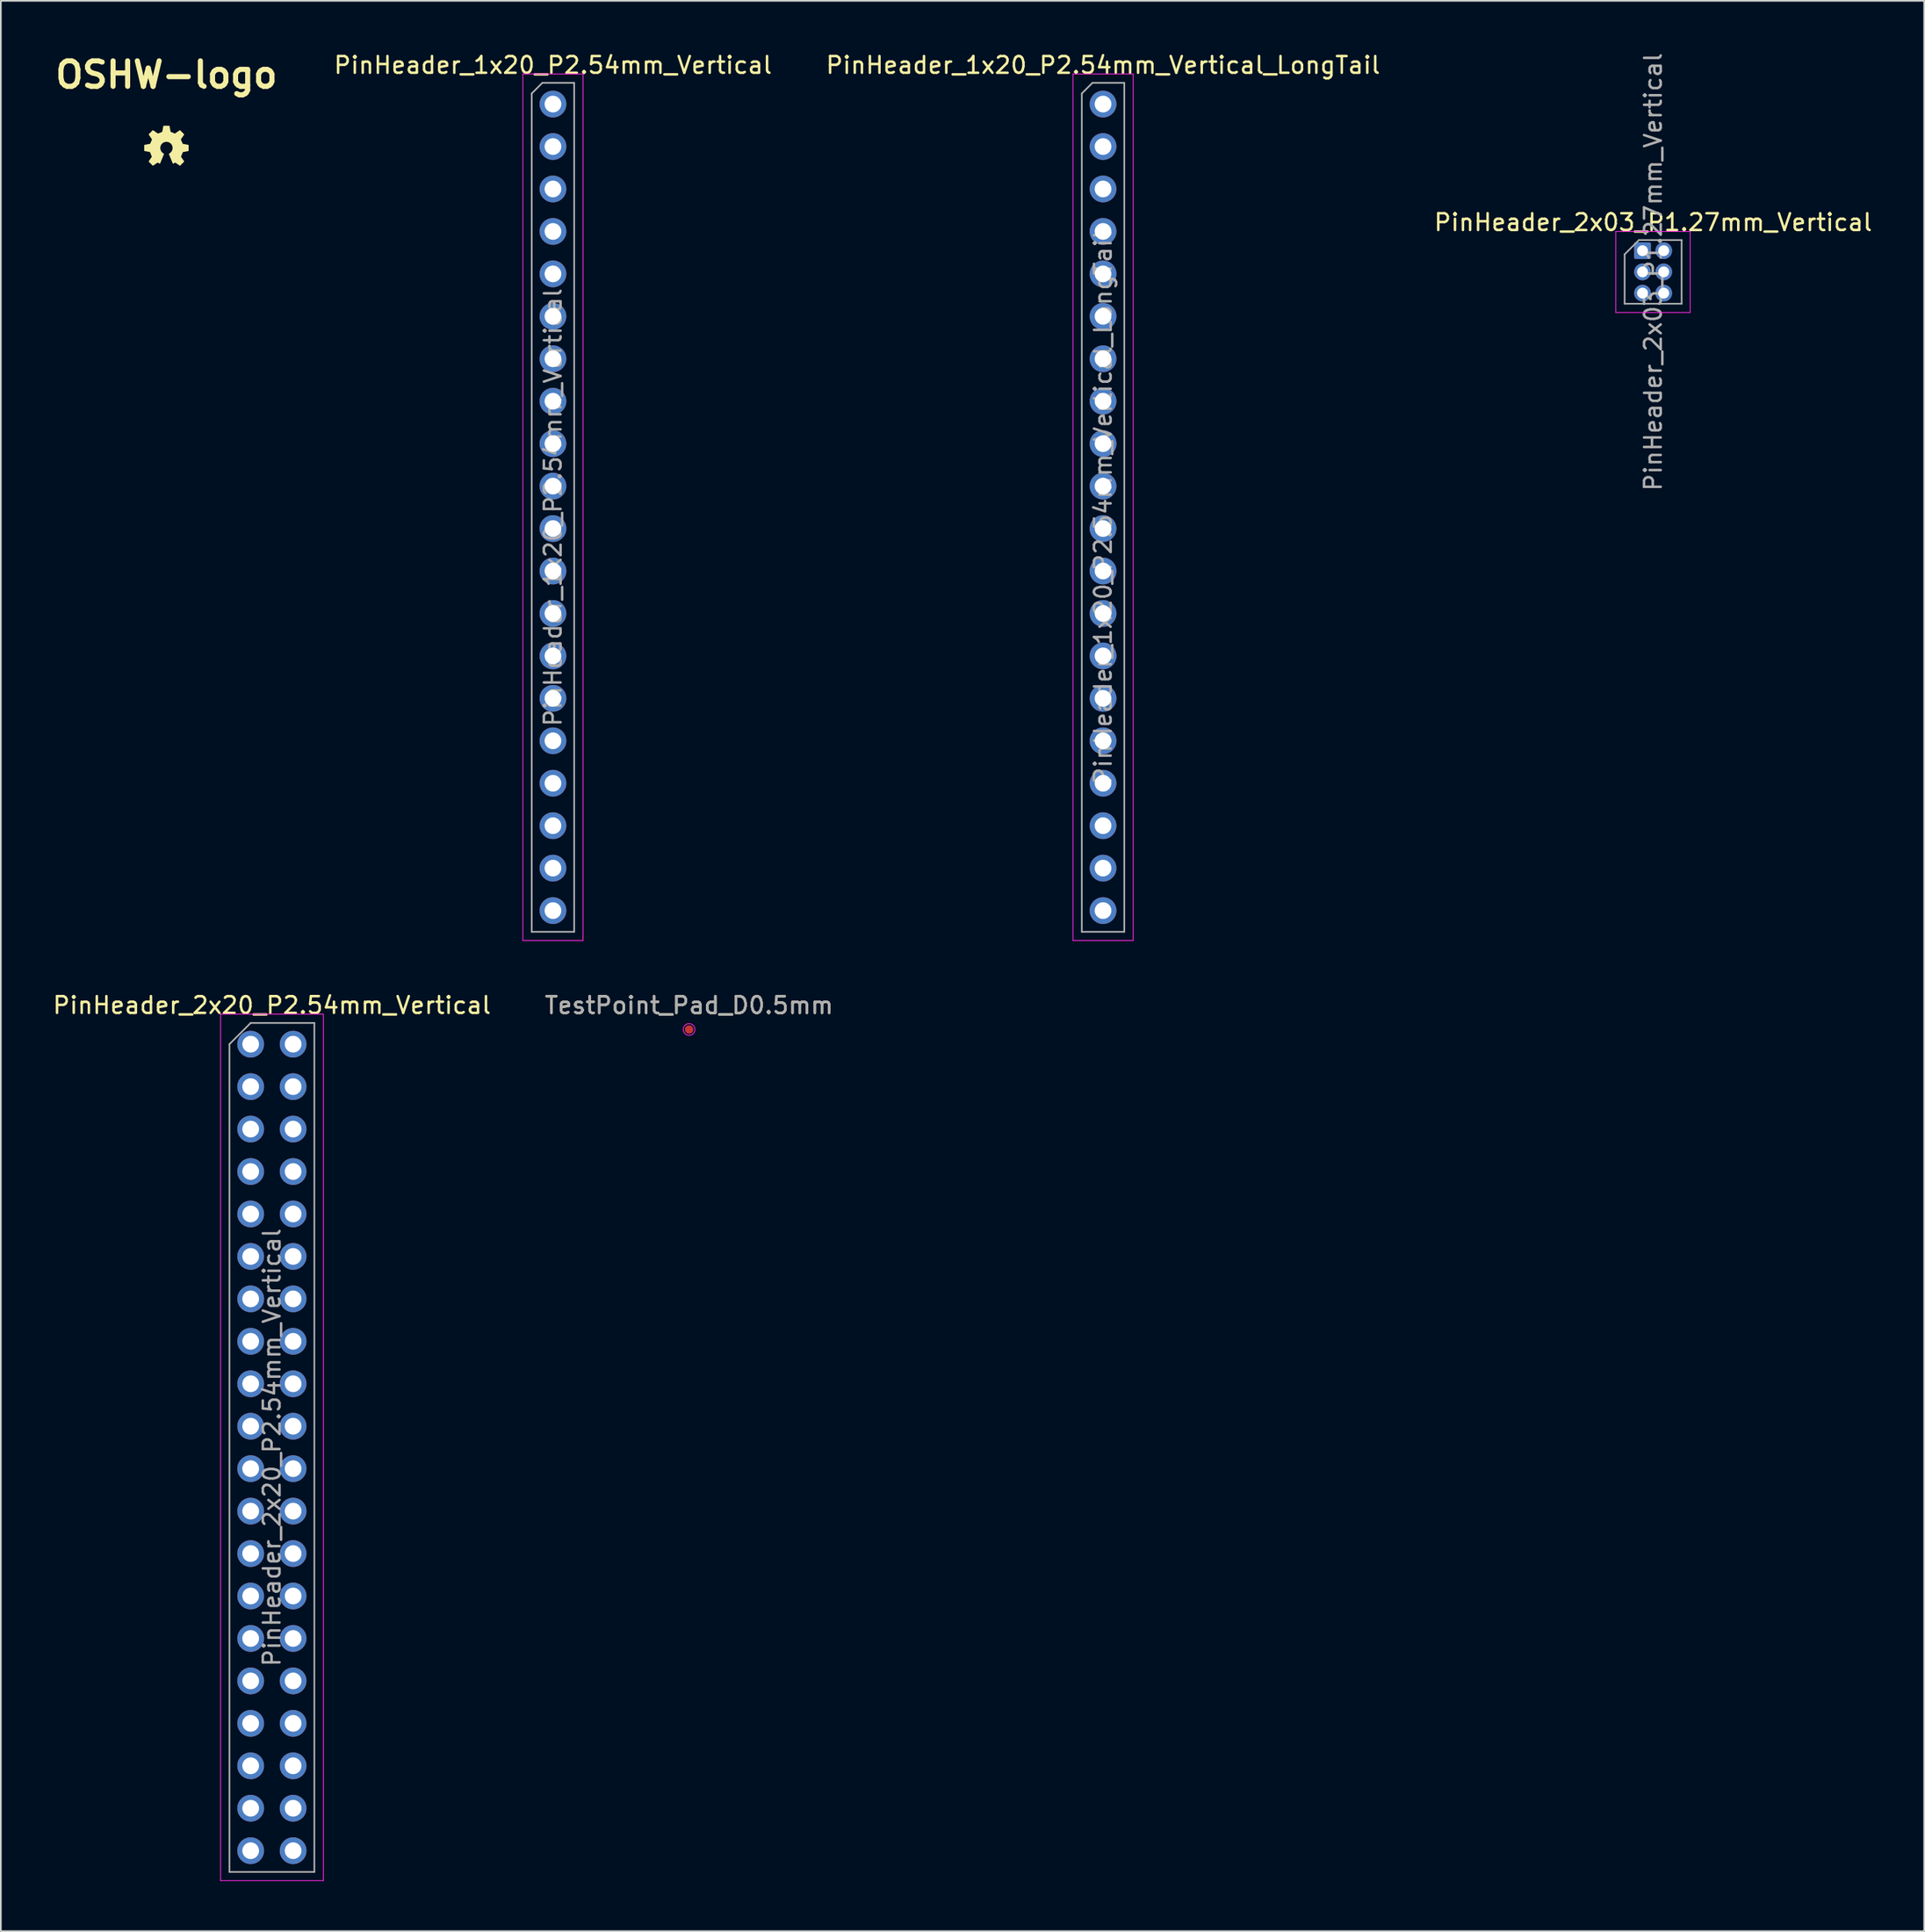
<source format=kicad_pcb>
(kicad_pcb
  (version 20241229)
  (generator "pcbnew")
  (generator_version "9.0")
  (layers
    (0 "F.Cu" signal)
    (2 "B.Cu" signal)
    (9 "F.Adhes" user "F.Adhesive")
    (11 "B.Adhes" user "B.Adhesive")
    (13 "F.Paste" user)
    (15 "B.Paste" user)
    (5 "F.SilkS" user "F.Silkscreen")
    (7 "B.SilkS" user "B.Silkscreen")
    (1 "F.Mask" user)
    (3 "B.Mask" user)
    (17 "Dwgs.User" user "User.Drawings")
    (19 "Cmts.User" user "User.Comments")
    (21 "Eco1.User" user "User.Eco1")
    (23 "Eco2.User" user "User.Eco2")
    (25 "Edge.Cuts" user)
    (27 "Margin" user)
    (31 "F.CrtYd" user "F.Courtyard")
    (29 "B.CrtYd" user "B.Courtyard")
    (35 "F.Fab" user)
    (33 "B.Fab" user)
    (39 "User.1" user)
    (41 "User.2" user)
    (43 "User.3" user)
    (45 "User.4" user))
  (footprint "PinHeader_2x03_P1.27mm_Vertical"
    (layer "F.Cu")
    (at 95.236 11.95)
    (property "Reference" "PinHeader_2x03_P1.27mm_Vertical" (at 0.635 -1.695 0) (layer "F.SilkS") (effects (font (size 1 1) (thickness 0.15))))
    (attr through_hole)
    (fp_line (start -1.6 -1.15) (end -1.6 3.7) (stroke (width 0.05) (type solid)) (layer "F.CrtYd"))
    (fp_line (start -1.6 3.7) (end 2.85 3.7) (stroke (width 0.05) (type solid)) (layer "F.CrtYd"))
    (fp_line (start 2.85 -1.15) (end -1.6 -1.15) (stroke (width 0.05) (type solid)) (layer "F.CrtYd"))
    (fp_line (start 2.85 3.7) (end 2.85 -1.15) (stroke (width 0.05) (type solid)) (layer "F.CrtYd"))
    (fp_line (start -1.07 0.217) (end -0.217 -0.635) (stroke (width 0.1) (type solid)) (layer "F.Fab"))
    (fp_line (start -1.07 3.175) (end -1.07 0.217) (stroke (width 0.1) (type solid)) (layer "F.Fab"))
    (fp_line (start -0.217 -0.635) (end 2.34 -0.635) (stroke (width 0.1) (type solid)) (layer "F.Fab"))
    (fp_line (start 2.34 -0.635) (end 2.34 3.175) (stroke (width 0.1) (type solid)) (layer "F.Fab"))
    (fp_line (start 2.34 3.175) (end -1.07 3.175) (stroke (width 0.1) (type solid)) (layer "F.Fab"))
    (fp_text user "${REFERENCE}" (at 0.635 1.27 90) (layer "F.Fab") (effects (font (size 1 1) (thickness 0.15))))
    (pad "1" thru_hole roundrect (at 0 0) (size 1 1) (drill 0.65) (layers "*.Cu" "*.Mask") (roundrect_rratio 0.1))
    (pad "2" thru_hole oval (at 1.27 0) (size 1 1) (drill 0.65) (layers "*.Cu" "*.Mask"))
    (pad "3" thru_hole oval (at 0 1.27) (size 1 1) (drill 0.65) (layers "*.Cu" "*.Mask"))
    (pad "4" thru_hole oval (at 1.27 1.27) (size 1 1) (drill 0.65) (layers "*.Cu" "*.Mask"))
    (pad "5" thru_hole oval (at 0 2.54) (size 1 1) (drill 0.65) (layers "*.Cu" "*.Mask"))
    (pad "6" thru_hole oval (at 1.27 2.54) (size 1 1) (drill 0.65) (layers "*.Cu" "*.Mask")))
  (footprint "PinHeader_1x20_P2.54mm_Vertical_LongTail"
    (layer "F.Cu")
    (at 62.955 3.178)
    (property "Reference" "PinHeader_1x20_P2.54mm_Vertical_LongTail" (at 0 -2.33 0) (layer "F.SilkS") (effects (font (size 1 1) (thickness 0.15))))
    (attr through_hole)
    (fp_line (start -1.8 -1.8) (end -1.8 50.05) (stroke (width 0.05) (type solid)) (layer "F.CrtYd"))
    (fp_line (start -1.8 50.05) (end 1.8 50.05) (stroke (width 0.05) (type solid)) (layer "F.CrtYd"))
    (fp_line (start 1.8 -1.8) (end -1.8 -1.8) (stroke (width 0.05) (type solid)) (layer "F.CrtYd"))
    (fp_line (start 1.8 50.05) (end 1.8 -1.8) (stroke (width 0.05) (type solid)) (layer "F.CrtYd"))
    (fp_line (start -1.27 -0.635) (end -0.635 -1.27) (stroke (width 0.1) (type solid)) (layer "F.Fab"))
    (fp_line (start -1.27 49.53) (end -1.27 -0.635) (stroke (width 0.1) (type solid)) (layer "F.Fab"))
    (fp_line (start -0.635 -1.27) (end 1.27 -1.27) (stroke (width 0.1) (type solid)) (layer "F.Fab"))
    (fp_line (start 1.27 -1.27) (end 1.27 49.53) (stroke (width 0.1) (type solid)) (layer "F.Fab"))
    (fp_line (start 1.27 49.53) (end -1.27 49.53) (stroke (width 0.1) (type solid)) (layer "F.Fab"))
    (fp_text user "${REFERENCE}" (at 0 24.13 90) (layer "F.Fab") (effects (font (size 1 1) (thickness 0.15))))
    (pad "1" thru_hole circle (at 0 0) (size 1.6 1.6) (drill 1) (layers "*.Cu" "*.Mask"))
    (pad "2" thru_hole circle (at 0 2.54) (size 1.6 1.6) (drill 1) (layers "*.Cu" "*.Mask"))
    (pad "3" thru_hole circle (at 0 5.08) (size 1.6 1.6) (drill 1) (layers "*.Cu" "*.Mask"))
    (pad "4" thru_hole circle (at 0 7.62) (size 1.6 1.6) (drill 1) (layers "*.Cu" "*.Mask"))
    (pad "5" thru_hole circle (at 0 10.16) (size 1.6 1.6) (drill 1) (layers "*.Cu" "*.Mask"))
    (pad "6" thru_hole circle (at 0 12.7) (size 1.6 1.6) (drill 1) (layers "*.Cu" "*.Mask"))
    (pad "7" thru_hole circle (at 0 15.24) (size 1.6 1.6) (drill 1) (layers "*.Cu" "*.Mask"))
    (pad "8" thru_hole circle (at 0 17.78) (size 1.6 1.6) (drill 1) (layers "*.Cu" "*.Mask"))
    (pad "9" thru_hole circle (at 0 20.32) (size 1.6 1.6) (drill 1) (layers "*.Cu" "*.Mask"))
    (pad "10" thru_hole circle (at 0 22.86) (size 1.6 1.6) (drill 1) (layers "*.Cu" "*.Mask"))
    (pad "11" thru_hole circle (at 0 25.4) (size 1.6 1.6) (drill 1) (layers "*.Cu" "*.Mask"))
    (pad "12" thru_hole circle (at 0 27.94) (size 1.6 1.6) (drill 1) (layers "*.Cu" "*.Mask"))
    (pad "13" thru_hole circle (at 0 30.48) (size 1.6 1.6) (drill 1) (layers "*.Cu" "*.Mask"))
    (pad "14" thru_hole circle (at 0 33.02) (size 1.6 1.6) (drill 1) (layers "*.Cu" "*.Mask"))
    (pad "15" thru_hole circle (at 0 35.56) (size 1.6 1.6) (drill 1) (layers "*.Cu" "*.Mask"))
    (pad "16" thru_hole circle (at 0 38.1) (size 1.6 1.6) (drill 1) (layers "*.Cu" "*.Mask"))
    (pad "17" thru_hole circle (at 0 40.64) (size 1.6 1.6) (drill 1) (layers "*.Cu" "*.Mask"))
    (pad "18" thru_hole circle (at 0 43.18) (size 1.6 1.6) (drill 1) (layers "*.Cu" "*.Mask"))
    (pad "19" thru_hole circle (at 0 45.72) (size 1.6 1.6) (drill 1) (layers "*.Cu" "*.Mask"))
    (pad "20" thru_hole circle (at 0 48.26) (size 1.6 1.6) (drill 1) (layers "*.Cu" "*.Mask")))
  (footprint "PinHeader_1x20_P2.54mm_Vertical"
    (layer "F.Cu")
    (at 30.038 3.178)
    (property "Reference" "PinHeader_1x20_P2.54mm_Vertical" (at 0 -2.33 0) (layer "F.SilkS") (effects (font (size 1 1) (thickness 0.15))))
    (attr through_hole)
    (fp_line (start -1.8 -1.8) (end -1.8 50.05) (stroke (width 0.05) (type solid)) (layer "F.CrtYd"))
    (fp_line (start -1.8 50.05) (end 1.8 50.05) (stroke (width 0.05) (type solid)) (layer "F.CrtYd"))
    (fp_line (start 1.8 -1.8) (end -1.8 -1.8) (stroke (width 0.05) (type solid)) (layer "F.CrtYd"))
    (fp_line (start 1.8 50.05) (end 1.8 -1.8) (stroke (width 0.05) (type solid)) (layer "F.CrtYd"))
    (fp_line (start -1.27 -0.635) (end -0.635 -1.27) (stroke (width 0.1) (type solid)) (layer "F.Fab"))
    (fp_line (start -1.27 49.53) (end -1.27 -0.635) (stroke (width 0.1) (type solid)) (layer "F.Fab"))
    (fp_line (start -0.635 -1.27) (end 1.27 -1.27) (stroke (width 0.1) (type solid)) (layer "F.Fab"))
    (fp_line (start 1.27 -1.27) (end 1.27 49.53) (stroke (width 0.1) (type solid)) (layer "F.Fab"))
    (fp_line (start 1.27 49.53) (end -1.27 49.53) (stroke (width 0.1) (type solid)) (layer "F.Fab"))
    (fp_text user "${REFERENCE}" (at 0 24.13 90) (layer "F.Fab") (effects (font (size 1 1) (thickness 0.15))))
    (pad "1" thru_hole circle (at 0 0) (size 1.6 1.6) (drill 1) (layers "*.Cu" "*.Mask"))
    (pad "2" thru_hole circle (at 0 2.54) (size 1.6 1.6) (drill 1) (layers "*.Cu" "*.Mask"))
    (pad "3" thru_hole circle (at 0 5.08) (size 1.6 1.6) (drill 1) (layers "*.Cu" "*.Mask"))
    (pad "4" thru_hole circle (at 0 7.62) (size 1.6 1.6) (drill 1) (layers "*.Cu" "*.Mask"))
    (pad "5" thru_hole circle (at 0 10.16) (size 1.6 1.6) (drill 1) (layers "*.Cu" "*.Mask"))
    (pad "6" thru_hole circle (at 0 12.7) (size 1.6 1.6) (drill 1) (layers "*.Cu" "*.Mask"))
    (pad "7" thru_hole circle (at 0 15.24) (size 1.6 1.6) (drill 1) (layers "*.Cu" "*.Mask"))
    (pad "8" thru_hole circle (at 0 17.78) (size 1.6 1.6) (drill 1) (layers "*.Cu" "*.Mask"))
    (pad "9" thru_hole circle (at 0 20.32) (size 1.6 1.6) (drill 1) (layers "*.Cu" "*.Mask"))
    (pad "10" thru_hole circle (at 0 22.86) (size 1.6 1.6) (drill 1) (layers "*.Cu" "*.Mask"))
    (pad "11" thru_hole circle (at 0 25.4) (size 1.6 1.6) (drill 1) (layers "*.Cu" "*.Mask"))
    (pad "12" thru_hole circle (at 0 27.94) (size 1.6 1.6) (drill 1) (layers "*.Cu" "*.Mask"))
    (pad "13" thru_hole circle (at 0 30.48) (size 1.6 1.6) (drill 1) (layers "*.Cu" "*.Mask"))
    (pad "14" thru_hole circle (at 0 33.02) (size 1.6 1.6) (drill 1) (layers "*.Cu" "*.Mask"))
    (pad "15" thru_hole circle (at 0 35.56) (size 1.6 1.6) (drill 1) (layers "*.Cu" "*.Mask"))
    (pad "16" thru_hole circle (at 0 38.1) (size 1.6 1.6) (drill 1) (layers "*.Cu" "*.Mask"))
    (pad "17" thru_hole circle (at 0 40.64) (size 1.6 1.6) (drill 1) (layers "*.Cu" "*.Mask"))
    (pad "18" thru_hole circle (at 0 43.18) (size 1.6 1.6) (drill 1) (layers "*.Cu" "*.Mask"))
    (pad "19" thru_hole circle (at 0 45.72) (size 1.6 1.6) (drill 1) (layers "*.Cu" "*.Mask"))
    (pad "20" thru_hole circle (at 0 48.26) (size 1.6 1.6) (drill 1) (layers "*.Cu" "*.Mask")))
  (footprint "OSHW-logo"
    (layer "F.Cu")
    (at 6.909 5.671)
    (property "Reference" "OSHW-logo" (at 0 -4.245 0) (layer "F.SilkS") (effects (font (size 1.524 1.524) (thickness 0.305))))
    (attr board_only exclude_from_pos_files exclude_from_bom)
    (fp_poly (pts (xy 1.314 -0.053) (xy 0.988 -0.114) (xy 0.968 -0.131) (xy 0.868 -0.364) (xy 0.87 -0.389) (xy 1.06 -0.666) (xy 1.058 -0.689) (xy 0.821 -0.926) (xy 0.798 -0.928) (xy 0.516 -0.735) (xy 0.491 -0.733) (xy 0.265 -0.826) (xy 0.248 -0.845) (xy 0.185 -1.182) (xy 0.168 -1.197) (xy -0.168 -1.197) (xy -0.185 -1.182) (xy -0.248 -0.845) (xy -0.265 -0.826) (xy -0.491 -0.733) (xy -0.516 -0.735) (xy -0.798 -0.928) (xy -0.821 -0.926) (xy -1.058 -0.689) (xy -1.06 -0.666) (xy -0.87 -0.389) (xy -0.868 -0.364) (xy -0.968 -0.131) (xy -0.988 -0.114) (xy -1.314 -0.053) (xy -1.328 -0.036) (xy -1.328 0.3) (xy -1.314 0.317) (xy -0.996 0.376) (xy -0.977 0.393) (xy -0.878 0.641) (xy -0.879 0.667) (xy -1.06 0.93) (xy -1.058 0.953) (xy -0.821 1.19) (xy -0.798 1.192) (xy -0.539 1.014) (xy -0.515 1.014) (xy -0.4 1.074) (xy -0.382 1.068) (xy -0.146 0.499) (xy -0.153 0.478) (xy -0.182 0.46) (xy -0.2 0.447) (xy -0.29 0.365) (xy -0.35 0.259) (xy -0.371 0.134) (xy -0.352 0.016) (xy -0.3 -0.086) (xy -0.219 -0.166) (xy -0.117 -0.219) (xy -0.00001 -0.238) (xy 0.117 -0.219) (xy 0.219 -0.166) (xy 0.3 -0.086) (xy 0.352 0.016) (xy 0.371 0.134) (xy 0.35 0.259) (xy 0.29 0.365) (xy 0.2 0.447) (xy 0.182 0.46) (xy 0.153 0.478) (xy 0.146 0.499) (xy 0.382 1.068) (xy 0.4 1.074) (xy 0.515 1.014) (xy 0.539 1.014) (xy 0.798 1.192) (xy 0.821 1.19) (xy 1.058 0.953) (xy 1.06 0.93) (xy 0.879 0.667) (xy 0.878 0.641) (xy 0.977 0.393) (xy 0.996 0.376) (xy 1.314 0.317) (xy 1.328 0.3) (xy 1.328 -0.036) (xy 1.314 -0.053)) (stroke (width 0) (type solid)) (fill yes) (layer "F.SilkS")))
  (footprint "TestPoint_Pad_D0.5mm"
    (layer "F.Cu")
    (at 38.185 58.551)
    (property "Reference" "TestPoint_Pad_D0.5mm" (at 0 -1.448 0) (layer "F.SilkS") (effects (font (size 1 1) (thickness 0.15))))
    (attr exclude_from_pos_files exclude_from_bom)
    (fp_circle (center 0 0) (end 0.35 0) (stroke (width 0.05) (type solid)) (fill no) (layer "F.CrtYd"))
    (fp_text user "${REFERENCE}" (at 0 -1.45 0) (layer "F.Fab") (effects (font (size 1 1) (thickness 0.15))))
    (pad "1" smd circle (at 0 0) (size 0.5 0.5) (layers "F.Cu" "F.Mask")))
  (footprint "PinHeader_2x20_P2.54mm_Vertical"
    (layer "F.Cu")
    (at 11.95 59.431)
    (property "Reference" "PinHeader_2x20_P2.54mm_Vertical" (at 1.27 -2.33 0) (layer "F.SilkS") (effects (font (size 1 1) (thickness 0.15))))
    (attr through_hole)
    (fp_line (start -1.8 -1.8) (end -1.8 50.05) (stroke (width 0.05) (type solid)) (layer "F.CrtYd"))
    (fp_line (start -1.8 50.05) (end 4.35 50.05) (stroke (width 0.05) (type solid)) (layer "F.CrtYd"))
    (fp_line (start 4.35 -1.8) (end -1.8 -1.8) (stroke (width 0.05) (type solid)) (layer "F.CrtYd"))
    (fp_line (start 4.35 50.05) (end 4.35 -1.8) (stroke (width 0.05) (type solid)) (layer "F.CrtYd"))
    (fp_line (start -1.27 0) (end 0 -1.27) (stroke (width 0.1) (type solid)) (layer "F.Fab"))
    (fp_line (start -1.27 49.53) (end -1.27 0) (stroke (width 0.1) (type solid)) (layer "F.Fab"))
    (fp_line (start 0 -1.27) (end 3.81 -1.27) (stroke (width 0.1) (type solid)) (layer "F.Fab"))
    (fp_line (start 3.81 -1.27) (end 3.81 49.53) (stroke (width 0.1) (type solid)) (layer "F.Fab"))
    (fp_line (start 3.81 49.53) (end -1.27 49.53) (stroke (width 0.1) (type solid)) (layer "F.Fab"))
    (fp_text user "${REFERENCE}" (at 1.27 24.13 90) (layer "F.Fab") (effects (font (size 1 1) (thickness 0.15))))
    (pad "1" thru_hole circle (at 0 0) (size 1.6 1.6) (drill 1) (layers "*.Cu" "*.Mask"))
    (pad "2" thru_hole circle (at 2.54 0) (size 1.6 1.6) (drill 1) (layers "*.Cu" "*.Mask"))
    (pad "3" thru_hole circle (at 0 2.54) (size 1.6 1.6) (drill 1) (layers "*.Cu" "*.Mask"))
    (pad "4" thru_hole circle (at 2.54 2.54) (size 1.6 1.6) (drill 1) (layers "*.Cu" "*.Mask"))
    (pad "5" thru_hole circle (at 0 5.08) (size 1.6 1.6) (drill 1) (layers "*.Cu" "*.Mask"))
    (pad "6" thru_hole circle (at 2.54 5.08) (size 1.6 1.6) (drill 1) (layers "*.Cu" "*.Mask"))
    (pad "7" thru_hole circle (at 0 7.62) (size 1.6 1.6) (drill 1) (layers "*.Cu" "*.Mask"))
    (pad "8" thru_hole circle (at 2.54 7.62) (size 1.6 1.6) (drill 1) (layers "*.Cu" "*.Mask"))
    (pad "9" thru_hole circle (at 0 10.16) (size 1.6 1.6) (drill 1) (layers "*.Cu" "*.Mask"))
    (pad "10" thru_hole circle (at 2.54 10.16) (size 1.6 1.6) (drill 1) (layers "*.Cu" "*.Mask"))
    (pad "11" thru_hole circle (at 0 12.7) (size 1.6 1.6) (drill 1) (layers "*.Cu" "*.Mask"))
    (pad "12" thru_hole circle (at 2.54 12.7) (size 1.6 1.6) (drill 1) (layers "*.Cu" "*.Mask"))
    (pad "13" thru_hole circle (at 0 15.24) (size 1.6 1.6) (drill 1) (layers "*.Cu" "*.Mask"))
    (pad "14" thru_hole circle (at 2.54 15.24) (size 1.6 1.6) (drill 1) (layers "*.Cu" "*.Mask"))
    (pad "15" thru_hole circle (at 0 17.78) (size 1.6 1.6) (drill 1) (layers "*.Cu" "*.Mask"))
    (pad "16" thru_hole circle (at 2.54 17.78) (size 1.6 1.6) (drill 1) (layers "*.Cu" "*.Mask"))
    (pad "17" thru_hole circle (at 0 20.32) (size 1.6 1.6) (drill 1) (layers "*.Cu" "*.Mask"))
    (pad "18" thru_hole circle (at 2.54 20.32) (size 1.6 1.6) (drill 1) (layers "*.Cu" "*.Mask"))
    (pad "19" thru_hole circle (at 0 22.86) (size 1.6 1.6) (drill 1) (layers "*.Cu" "*.Mask"))
    (pad "20" thru_hole circle (at 2.54 22.86) (size 1.6 1.6) (drill 1) (layers "*.Cu" "*.Mask"))
    (pad "21" thru_hole circle (at 0 25.4) (size 1.6 1.6) (drill 1) (layers "*.Cu" "*.Mask"))
    (pad "22" thru_hole circle (at 2.54 25.4) (size 1.6 1.6) (drill 1) (layers "*.Cu" "*.Mask"))
    (pad "23" thru_hole circle (at 0 27.94) (size 1.6 1.6) (drill 1) (layers "*.Cu" "*.Mask"))
    (pad "24" thru_hole circle (at 2.54 27.94) (size 1.6 1.6) (drill 1) (layers "*.Cu" "*.Mask"))
    (pad "25" thru_hole circle (at 0 30.48) (size 1.6 1.6) (drill 1) (layers "*.Cu" "*.Mask"))
    (pad "26" thru_hole circle (at 2.54 30.48) (size 1.6 1.6) (drill 1) (layers "*.Cu" "*.Mask"))
    (pad "27" thru_hole circle (at 0 33.02) (size 1.6 1.6) (drill 1) (layers "*.Cu" "*.Mask"))
    (pad "28" thru_hole circle (at 2.54 33.02) (size 1.6 1.6) (drill 1) (layers "*.Cu" "*.Mask"))
    (pad "29" thru_hole circle (at 0 35.56) (size 1.6 1.6) (drill 1) (layers "*.Cu" "*.Mask"))
    (pad "30" thru_hole circle (at 2.54 35.56) (size 1.6 1.6) (drill 1) (layers "*.Cu" "*.Mask"))
    (pad "31" thru_hole circle (at 0 38.1) (size 1.6 1.6) (drill 1) (layers "*.Cu" "*.Mask"))
    (pad "32" thru_hole circle (at 2.54 38.1) (size 1.6 1.6) (drill 1) (layers "*.Cu" "*.Mask"))
    (pad "33" thru_hole circle (at 0 40.64) (size 1.6 1.6) (drill 1) (layers "*.Cu" "*.Mask"))
    (pad "34" thru_hole circle (at 2.54 40.64) (size 1.6 1.6) (drill 1) (layers "*.Cu" "*.Mask"))
    (pad "35" thru_hole circle (at 0 43.18) (size 1.6 1.6) (drill 1) (layers "*.Cu" "*.Mask"))
    (pad "36" thru_hole circle (at 2.54 43.18) (size 1.6 1.6) (drill 1) (layers "*.Cu" "*.Mask"))
    (pad "37" thru_hole circle (at 0 45.72) (size 1.6 1.6) (drill 1) (layers "*.Cu" "*.Mask"))
    (pad "38" thru_hole circle (at 2.54 45.72) (size 1.6 1.6) (drill 1) (layers "*.Cu" "*.Mask"))
    (pad "39" thru_hole circle (at 0 48.26) (size 1.6 1.6) (drill 1) (layers "*.Cu" "*.Mask"))
    (pad "40" thru_hole circle (at 2.54 48.26) (size 1.6 1.6) (drill 1) (layers "*.Cu" "*.Mask")))
  (gr_rect
    (start -3 -3)
    (end 112.091 112.507)
    (stroke (width 0.1) (type default))
    (fill no)
    (layer "Edge.Cuts")))
</source>
